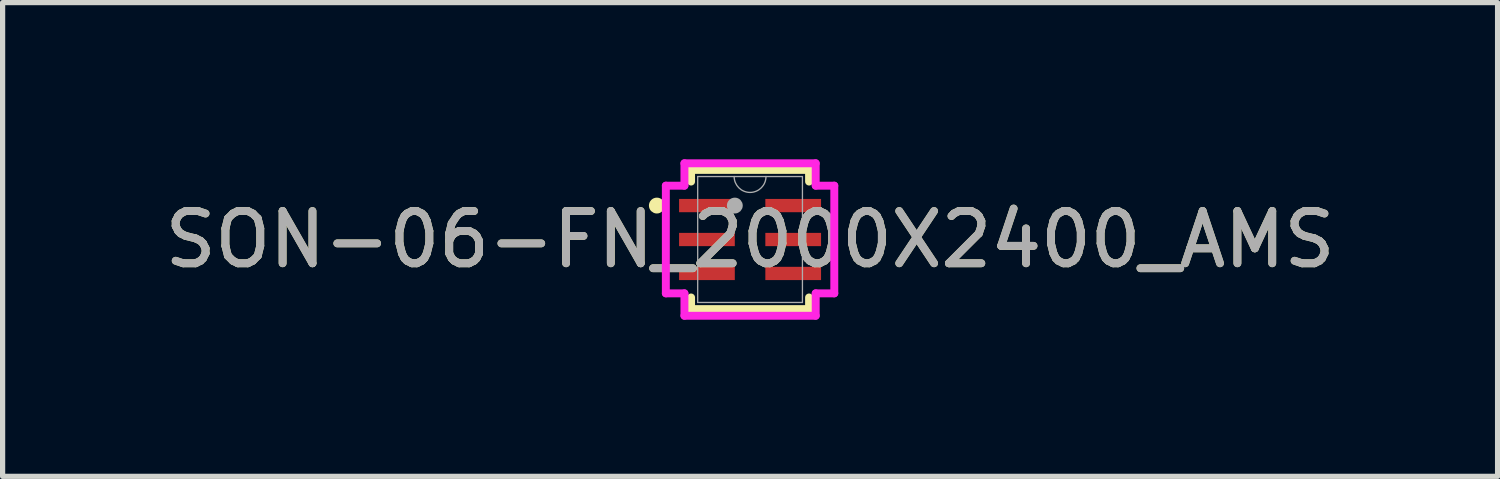
<source format=kicad_pcb>
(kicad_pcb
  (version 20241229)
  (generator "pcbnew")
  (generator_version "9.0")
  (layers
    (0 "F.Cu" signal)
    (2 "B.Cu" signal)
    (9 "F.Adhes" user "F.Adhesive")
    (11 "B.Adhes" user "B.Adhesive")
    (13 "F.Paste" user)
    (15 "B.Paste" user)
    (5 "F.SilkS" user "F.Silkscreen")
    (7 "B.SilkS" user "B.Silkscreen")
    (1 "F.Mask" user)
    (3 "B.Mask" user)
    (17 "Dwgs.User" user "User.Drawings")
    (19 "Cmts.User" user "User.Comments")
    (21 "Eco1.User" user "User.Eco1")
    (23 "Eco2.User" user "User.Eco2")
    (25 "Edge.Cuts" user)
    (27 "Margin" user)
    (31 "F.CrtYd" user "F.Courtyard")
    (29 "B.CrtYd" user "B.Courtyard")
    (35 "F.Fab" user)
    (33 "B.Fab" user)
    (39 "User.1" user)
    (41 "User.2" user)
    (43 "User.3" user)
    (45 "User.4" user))
  (footprint "SON-06-FN_2000X2400_AMS"
    (layer "F.Cu")
    (at 11.315 1.537)
    (property "Reference" "SON-06-FN_2000X2400_AMS" (at 0 0 0) (unlocked yes) (layer "F.SilkS") (effects (font (size 1 1) (thickness 0.15))))
    (attr smd)
    (fp_line (start -1.13 -1.333) (end -1.13 -1.11) (stroke (width 0.152) (type solid)) (layer "F.SilkS"))
    (fp_line (start -1.13 1.11) (end -1.13 1.333) (stroke (width 0.152) (type solid)) (layer "F.SilkS"))
    (fp_line (start -1.13 1.333) (end 1.13 1.333) (stroke (width 0.152) (type solid)) (layer "F.SilkS"))
    (fp_line (start 1.13 -1.333) (end -1.13 -1.333) (stroke (width 0.152) (type solid)) (layer "F.SilkS"))
    (fp_line (start 1.13 -1.11) (end 1.13 -1.333) (stroke (width 0.152) (type solid)) (layer "F.SilkS"))
    (fp_line (start 1.13 1.333) (end 1.13 1.11) (stroke (width 0.152) (type solid)) (layer "F.SilkS"))
    (fp_circle (center -1.785 -0.65) (end -1.709 -0.65) (stroke (width 0.152) (type solid)) (fill no) (layer "F.SilkS"))
    (fp_line (start -1.613 -1.031) (end -1.257 -1.031) (stroke (width 0.152) (type solid)) (layer "F.CrtYd"))
    (fp_line (start -1.613 1.031) (end -1.613 -1.031) (stroke (width 0.152) (type solid)) (layer "F.CrtYd"))
    (fp_line (start -1.613 1.031) (end -1.257 1.031) (stroke (width 0.152) (type solid)) (layer "F.CrtYd"))
    (fp_line (start -1.257 -1.46) (end 1.257 -1.46) (stroke (width 0.152) (type solid)) (layer "F.CrtYd"))
    (fp_line (start -1.257 -1.031) (end -1.257 -1.46) (stroke (width 0.152) (type solid)) (layer "F.CrtYd"))
    (fp_line (start -1.257 1.46) (end -1.257 1.031) (stroke (width 0.152) (type solid)) (layer "F.CrtYd"))
    (fp_line (start 1.257 -1.46) (end 1.257 -1.031) (stroke (width 0.152) (type solid)) (layer "F.CrtYd"))
    (fp_line (start 1.257 1.031) (end 1.257 1.46) (stroke (width 0.152) (type solid)) (layer "F.CrtYd"))
    (fp_line (start 1.257 1.46) (end -1.257 1.46) (stroke (width 0.152) (type solid)) (layer "F.CrtYd"))
    (fp_line (start 1.613 -1.031) (end 1.257 -1.031) (stroke (width 0.152) (type solid)) (layer "F.CrtYd"))
    (fp_line (start 1.613 -1.031) (end 1.613 1.031) (stroke (width 0.152) (type solid)) (layer "F.CrtYd"))
    (fp_line (start 1.613 1.031) (end 1.257 1.031) (stroke (width 0.152) (type solid)) (layer "F.CrtYd"))
    (fp_line (start -1.003 -1.206) (end -1.003 1.206) (stroke (width 0.025) (type solid)) (layer "F.Fab"))
    (fp_line (start -1.003 1.206) (end 1.003 1.206) (stroke (width 0.025) (type solid)) (layer "F.Fab"))
    (fp_line (start 1.003 -1.206) (end -1.003 -1.206) (stroke (width 0.025) (type solid)) (layer "F.Fab"))
    (fp_line (start 1.003 1.206) (end 1.003 -1.206) (stroke (width 0.025) (type solid)) (layer "F.Fab"))
    (fp_arc (start 0.3048 -1.2065) (mid 0 -0.9017) (end -0.3048 -1.2065) (stroke (width 0.0254) (type solid)) (layer "F.Fab"))
    (fp_circle (center -0.292 -0.65) (end -0.292 -0.65) (stroke (width 0.152) (type solid)) (fill no) (layer "F.Fab"))
    (fp_text user "${REFERENCE}" (at 0 0 0) (unlocked yes) (layer "F.Fab") (effects (font (size 1 1) (thickness 0.15))))
    (pad "1" smd rect (at -0.826 -0.65) (size 1.067 0.254) (layers "F.Cu" "F.Mask" "F.Paste"))
    (pad "2" smd rect (at -0.826 0) (size 1.067 0.254) (layers "F.Cu" "F.Mask" "F.Paste"))
    (pad "3" smd rect (at -0.826 0.65) (size 1.067 0.254) (layers "F.Cu" "F.Mask" "F.Paste"))
    (pad "4" smd rect (at 0.826 0.65) (size 1.067 0.254) (layers "F.Cu" "F.Mask" "F.Paste"))
    (pad "5" smd rect (at 0.826 0) (size 1.067 0.254) (layers "F.Cu" "F.Mask" "F.Paste"))
    (pad "6" smd rect (at 0.826 -0.65) (size 1.067 0.254) (layers "F.Cu" "F.Mask" "F.Paste")))
  (gr_rect
    (start -3 -3)
    (end 25.631 6.073)
    (stroke (width 0.1) (type default))
    (fill no)
    (layer "Edge.Cuts")))
</source>
